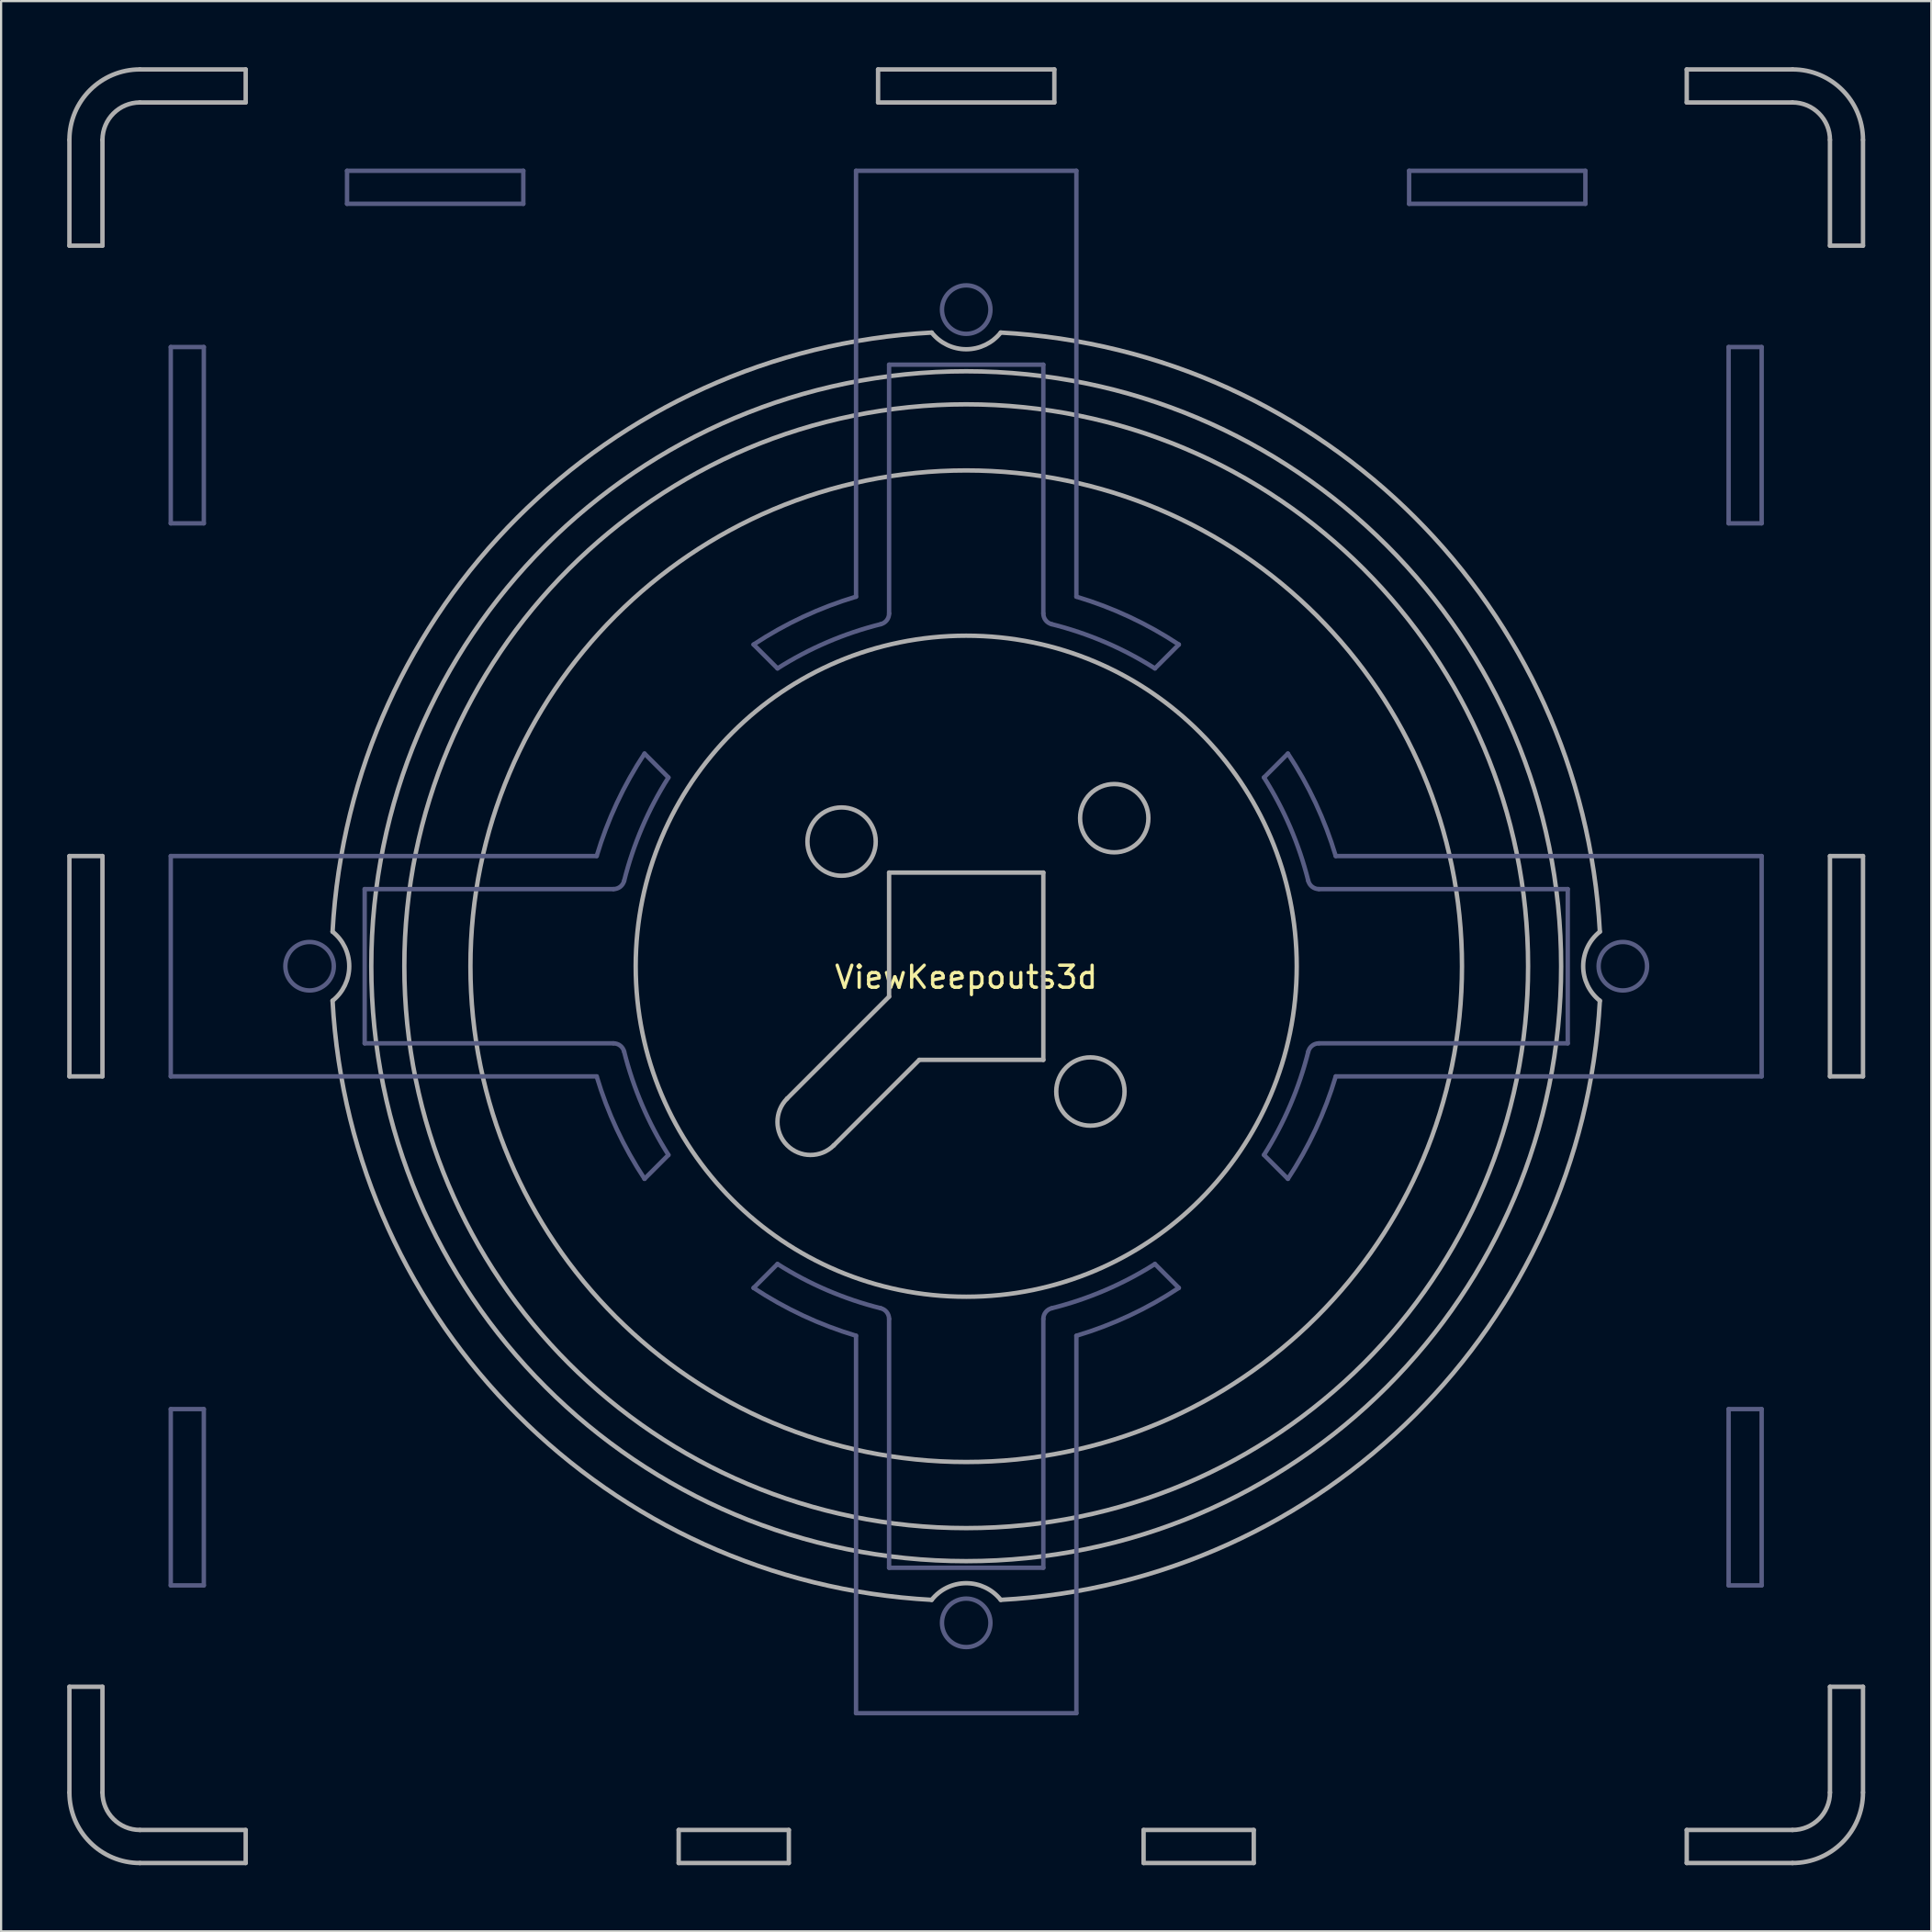
<source format=kicad_pcb>
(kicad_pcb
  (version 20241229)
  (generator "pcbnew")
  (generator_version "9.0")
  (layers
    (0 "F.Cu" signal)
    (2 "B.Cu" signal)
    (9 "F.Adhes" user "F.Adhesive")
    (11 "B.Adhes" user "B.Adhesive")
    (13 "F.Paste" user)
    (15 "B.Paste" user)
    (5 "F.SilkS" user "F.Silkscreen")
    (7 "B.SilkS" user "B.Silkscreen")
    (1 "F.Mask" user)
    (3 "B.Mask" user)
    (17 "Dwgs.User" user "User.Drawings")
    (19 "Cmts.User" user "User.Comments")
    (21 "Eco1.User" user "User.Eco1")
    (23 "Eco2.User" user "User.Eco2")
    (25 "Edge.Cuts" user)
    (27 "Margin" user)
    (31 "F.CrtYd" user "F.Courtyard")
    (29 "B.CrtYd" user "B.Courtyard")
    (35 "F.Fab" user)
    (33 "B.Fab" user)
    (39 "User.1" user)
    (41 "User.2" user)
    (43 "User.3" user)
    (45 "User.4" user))
  (footprint "ViewKeepouts3d"
    (layer "F.Cu")
    (at 40.8 40.8)
    (property "Reference" "ViewKeepouts3d" (at 0 0.5 0) (layer "F.SilkS") (effects (font (size 1 1) (thickness 0.15))))
    (attr exclude_from_pos_files exclude_from_bom)
    (fp_line (start -36.1 -28.1) (end -36.1 -20.1) (stroke (width 0.2) (type solid)) (layer "B.Fab"))
    (fp_line (start -36.1 -20.1) (end -34.6 -20.1) (stroke (width 0.2) (type solid)) (layer "B.Fab"))
    (fp_line (start -36.1 -5) (end -36.1 5) (stroke (width 0.2) (type solid)) (layer "B.Fab"))
    (fp_line (start -36.1 5) (end -16.771 5) (stroke (width 0.2) (type solid)) (layer "B.Fab"))
    (fp_line (start -36.1 20.1) (end -36.1 28.1) (stroke (width 0.2) (type solid)) (layer "B.Fab"))
    (fp_line (start -36.1 28.1) (end -34.6 28.1) (stroke (width 0.2) (type solid)) (layer "B.Fab"))
    (fp_line (start -34.6 -28.1) (end -36.1 -28.1) (stroke (width 0.2) (type solid)) (layer "B.Fab"))
    (fp_line (start -34.6 -20.1) (end -34.6 -28.1) (stroke (width 0.2) (type solid)) (layer "B.Fab"))
    (fp_line (start -34.6 20.1) (end -36.1 20.1) (stroke (width 0.2) (type solid)) (layer "B.Fab"))
    (fp_line (start -34.6 28.1) (end -34.6 20.1) (stroke (width 0.2) (type solid)) (layer "B.Fab"))
    (fp_line (start -28.1 -36.1) (end -28.1 -34.6) (stroke (width 0.2) (type solid)) (layer "B.Fab"))
    (fp_line (start -28.1 -34.6) (end -20.1 -34.6) (stroke (width 0.2) (type solid)) (layer "B.Fab"))
    (fp_line (start -27.3 -3.5) (end -16.008 -3.5) (stroke (width 0.2) (type solid)) (layer "B.Fab"))
    (fp_line (start -27.3 3.5) (end -27.3 -3.5) (stroke (width 0.2) (type solid)) (layer "B.Fab"))
    (fp_line (start -20.1 -36.1) (end -28.1 -36.1) (stroke (width 0.2) (type solid)) (layer "B.Fab"))
    (fp_line (start -20.1 -34.6) (end -20.1 -36.1) (stroke (width 0.2) (type solid)) (layer "B.Fab"))
    (fp_line (start -16.771 -5) (end -36.1 -5) (stroke (width 0.2) (type solid)) (layer "B.Fab"))
    (fp_line (start -16.008 3.5) (end -27.3 3.5) (stroke (width 0.2) (type solid)) (layer "B.Fab"))
    (fp_line (start -14.599 9.649) (end -13.515 8.565) (stroke (width 0.2) (type solid)) (layer "B.Fab"))
    (fp_line (start -13.515 -8.565) (end -14.599 -9.649) (stroke (width 0.2) (type solid)) (layer "B.Fab"))
    (fp_line (start -9.649 -14.599) (end -8.565 -13.515) (stroke (width 0.2) (type solid)) (layer "B.Fab"))
    (fp_line (start -8.565 13.515) (end -9.649 14.599) (stroke (width 0.2) (type solid)) (layer "B.Fab"))
    (fp_line (start -5 -36.1) (end -5 -16.771) (stroke (width 0.2) (type solid)) (layer "B.Fab"))
    (fp_line (start -5 16.771) (end -5 33.9) (stroke (width 0.2) (type solid)) (layer "B.Fab"))
    (fp_line (start -5 33.9) (end 5 33.9) (stroke (width 0.2) (type solid)) (layer "B.Fab"))
    (fp_line (start -3.5 -27.3) (end 3.5 -27.3) (stroke (width 0.2) (type solid)) (layer "B.Fab"))
    (fp_line (start -3.5 -16.008) (end -3.5 -27.3) (stroke (width 0.2) (type solid)) (layer "B.Fab"))
    (fp_line (start -3.5 27.3) (end -3.5 16.008) (stroke (width 0.2) (type solid)) (layer "B.Fab"))
    (fp_line (start 3.5 -27.3) (end 3.5 -16.008) (stroke (width 0.2) (type solid)) (layer "B.Fab"))
    (fp_line (start 3.5 16.008) (end 3.5 27.3) (stroke (width 0.2) (type solid)) (layer "B.Fab"))
    (fp_line (start 3.5 27.3) (end -3.5 27.3) (stroke (width 0.2) (type solid)) (layer "B.Fab"))
    (fp_line (start 5 -36.1) (end -5 -36.1) (stroke (width 0.2) (type solid)) (layer "B.Fab"))
    (fp_line (start 5 -16.771) (end 5 -36.1) (stroke (width 0.2) (type solid)) (layer "B.Fab"))
    (fp_line (start 5 33.9) (end 5 16.771) (stroke (width 0.2) (type solid)) (layer "B.Fab"))
    (fp_line (start 8.565 -13.515) (end 9.649 -14.599) (stroke (width 0.2) (type solid)) (layer "B.Fab"))
    (fp_line (start 9.649 14.599) (end 8.565 13.515) (stroke (width 0.2) (type solid)) (layer "B.Fab"))
    (fp_line (start 13.515 8.565) (end 14.599 9.649) (stroke (width 0.2) (type solid)) (layer "B.Fab"))
    (fp_line (start 14.599 -9.649) (end 13.515 -8.565) (stroke (width 0.2) (type solid)) (layer "B.Fab"))
    (fp_line (start 16.008 -3.5) (end 27.3 -3.5) (stroke (width 0.2) (type solid)) (layer "B.Fab"))
    (fp_line (start 16.771 5) (end 36.1 5) (stroke (width 0.2) (type solid)) (layer "B.Fab"))
    (fp_line (start 20.1 -36.1) (end 20.1 -34.6) (stroke (width 0.2) (type solid)) (layer "B.Fab"))
    (fp_line (start 20.1 -34.6) (end 28.1 -34.6) (stroke (width 0.2) (type solid)) (layer "B.Fab"))
    (fp_line (start 27.3 -3.5) (end 27.3 3.5) (stroke (width 0.2) (type solid)) (layer "B.Fab"))
    (fp_line (start 27.3 3.5) (end 16.008 3.5) (stroke (width 0.2) (type solid)) (layer "B.Fab"))
    (fp_line (start 28.1 -36.1) (end 20.1 -36.1) (stroke (width 0.2) (type solid)) (layer "B.Fab"))
    (fp_line (start 28.1 -34.6) (end 28.1 -36.1) (stroke (width 0.2) (type solid)) (layer "B.Fab"))
    (fp_line (start 34.6 -28.1) (end 34.6 -20.1) (stroke (width 0.2) (type solid)) (layer "B.Fab"))
    (fp_line (start 34.6 -20.1) (end 36.1 -20.1) (stroke (width 0.2) (type solid)) (layer "B.Fab"))
    (fp_line (start 34.6 20.1) (end 34.6 28.1) (stroke (width 0.2) (type solid)) (layer "B.Fab"))
    (fp_line (start 34.6 28.1) (end 36.1 28.1) (stroke (width 0.2) (type solid)) (layer "B.Fab"))
    (fp_line (start 36.1 -28.1) (end 34.6 -28.1) (stroke (width 0.2) (type solid)) (layer "B.Fab"))
    (fp_line (start 36.1 -20.1) (end 36.1 -28.1) (stroke (width 0.2) (type solid)) (layer "B.Fab"))
    (fp_line (start 36.1 -5) (end 16.771 -5) (stroke (width 0.2) (type solid)) (layer "B.Fab"))
    (fp_line (start 36.1 5) (end 36.1 -5) (stroke (width 0.2) (type solid)) (layer "B.Fab"))
    (fp_line (start 36.1 20.1) (end 34.6 20.1) (stroke (width 0.2) (type solid)) (layer "B.Fab"))
    (fp_line (start 36.1 28.1) (end 36.1 20.1) (stroke (width 0.2) (type solid)) (layer "B.Fab"))
    (fp_arc (start -16.770509 -4.999999) (mid -15.856214 -7.404757) (end -14.599229 -9.649481) (stroke (width 0.2) (type solid)) (layer "B.Fab"))
    (fp_arc (start -16.00781 3.499999) (mid -15.700081 3.605914) (end -15.522725 3.878787) (stroke (width 0.2) (type solid)) (layer "B.Fab"))
    (fp_arc (start -15.522725 -3.878788) (mid -14.706493 -6.302306) (end -13.514574 -8.564827) (stroke (width 0.2) (type solid)) (layer "B.Fab"))
    (fp_arc (start -15.522725 -3.878787) (mid -15.700081 -3.605914) (end -16.00781 -3.499999) (stroke (width 0.2) (type solid)) (layer "B.Fab"))
    (fp_arc (start -14.599229 9.649481) (mid -15.856215 7.404757) (end -16.770509 4.999999) (stroke (width 0.2) (type solid)) (layer "B.Fab"))
    (fp_arc (start -13.514575 8.564826) (mid -14.706493 6.302305) (end -15.522725 3.878787) (stroke (width 0.2) (type solid)) (layer "B.Fab"))
    (fp_arc (start -9.649481 -14.599229) (mid -7.404757 -15.856215) (end -4.999999 -16.770509) (stroke (width 0.2) (type solid)) (layer "B.Fab"))
    (fp_arc (start -8.564826 -13.514575) (mid -6.302305 -14.706493) (end -3.878787 -15.522725) (stroke (width 0.2) (type solid)) (layer "B.Fab"))
    (fp_arc (start -4.999999 16.770509) (mid -7.404757 15.856214) (end -9.649481 14.599229) (stroke (width 0.2) (type solid)) (layer "B.Fab"))
    (fp_arc (start -3.878788 15.522725) (mid -6.302306 14.706493) (end -8.564827 13.514574) (stroke (width 0.2) (type solid)) (layer "B.Fab"))
    (fp_arc (start -3.878787 15.522725) (mid -3.605914 15.700081) (end -3.499999 16.00781) (stroke (width 0.2) (type solid)) (layer "B.Fab"))
    (fp_arc (start -3.5 -16.007811) (mid -3.605914 -15.700082) (end -3.878787 -15.522725) (stroke (width 0.2) (type solid)) (layer "B.Fab"))
    (fp_arc (start 3.499999 16.00781) (mid 3.605914 15.700081) (end 3.878787 15.522725) (stroke (width 0.2) (type solid)) (layer "B.Fab"))
    (fp_arc (start 3.878787 -15.522725) (mid 3.605914 -15.700081) (end 3.499999 -16.00781) (stroke (width 0.2) (type solid)) (layer "B.Fab"))
    (fp_arc (start 3.878788 -15.522725) (mid 6.302306 -14.706493) (end 8.564827 -13.514574) (stroke (width 0.2) (type solid)) (layer "B.Fab"))
    (fp_arc (start 4.999999 -16.770509) (mid 7.404757 -15.856214) (end 9.649481 -14.599229) (stroke (width 0.2) (type solid)) (layer "B.Fab"))
    (fp_arc (start 8.564826 13.514575) (mid 6.302305 14.706493) (end 3.878787 15.522725) (stroke (width 0.2) (type solid)) (layer "B.Fab"))
    (fp_arc (start 9.649481 14.599229) (mid 7.404757 15.856215) (end 4.999999 16.770509) (stroke (width 0.2) (type solid)) (layer "B.Fab"))
    (fp_arc (start 13.514575 -8.564826) (mid 14.706493 -6.302305) (end 15.522725 -3.878787) (stroke (width 0.2) (type solid)) (layer "B.Fab"))
    (fp_arc (start 14.599229 -9.649481) (mid 15.856215 -7.404757) (end 16.770509 -4.999999) (stroke (width 0.2) (type solid)) (layer "B.Fab"))
    (fp_arc (start 15.522725 3.878787) (mid 15.700081 3.605914) (end 16.00781 3.499999) (stroke (width 0.2) (type solid)) (layer "B.Fab"))
    (fp_arc (start 15.522725 3.878788) (mid 14.706493 6.302306) (end 13.514574 8.564827) (stroke (width 0.2) (type solid)) (layer "B.Fab"))
    (fp_arc (start 16.007811 -3.5) (mid 15.700082 -3.605914) (end 15.522725 -3.878787) (stroke (width 0.2) (type solid)) (layer "B.Fab"))
    (fp_arc (start 16.770509 4.999999) (mid 15.856214 7.404757) (end 14.599229 9.649481) (stroke (width 0.2) (type solid)) (layer "B.Fab"))
    (fp_circle (center -29.8 0) (end -28.7 0) (stroke (width 0.2) (type solid)) (fill no) (layer "B.Fab"))
    (fp_circle (center 0 -29.8) (end 1.1 -29.8) (stroke (width 0.2) (type solid)) (fill no) (layer "B.Fab"))
    (fp_circle (center 0 29.8) (end 1.1 29.8) (stroke (width 0.2) (type solid)) (fill no) (layer "B.Fab"))
    (fp_circle (center 29.8 0) (end 30.9 0) (stroke (width 0.2) (type solid)) (fill no) (layer "B.Fab"))
    (fp_line (start -40.7 -37.5) (end -40.7 -32.7) (stroke (width 0.2) (type solid)) (layer "F.Fab"))
    (fp_line (start -40.7 -32.7) (end -39.2 -32.7) (stroke (width 0.2) (type solid)) (layer "F.Fab"))
    (fp_line (start -40.7 -5) (end -40.7 5) (stroke (width 0.2) (type solid)) (layer "F.Fab"))
    (fp_line (start -40.7 5) (end -39.2 5) (stroke (width 0.2) (type solid)) (layer "F.Fab"))
    (fp_line (start -40.7 32.7) (end -40.7 37.5) (stroke (width 0.2) (type solid)) (layer "F.Fab"))
    (fp_line (start -39.2 -32.7) (end -39.2 -37.5) (stroke (width 0.2) (type solid)) (layer "F.Fab"))
    (fp_line (start -39.2 -5) (end -40.7 -5) (stroke (width 0.2) (type solid)) (layer "F.Fab"))
    (fp_line (start -39.2 5) (end -39.2 -5) (stroke (width 0.2) (type solid)) (layer "F.Fab"))
    (fp_line (start -39.2 32.7) (end -40.7 32.7) (stroke (width 0.2) (type solid)) (layer "F.Fab"))
    (fp_line (start -39.2 37.5) (end -39.2 32.7) (stroke (width 0.2) (type solid)) (layer "F.Fab"))
    (fp_line (start -37.5 -39.2) (end -32.7 -39.2) (stroke (width 0.2) (type solid)) (layer "F.Fab"))
    (fp_line (start -37.5 40.7) (end -32.7 40.7) (stroke (width 0.2) (type solid)) (layer "F.Fab"))
    (fp_line (start -32.7 -40.7) (end -37.5 -40.7) (stroke (width 0.2) (type solid)) (layer "F.Fab"))
    (fp_line (start -32.7 -39.2) (end -32.7 -40.7) (stroke (width 0.2) (type solid)) (layer "F.Fab"))
    (fp_line (start -32.7 39.2) (end -37.5 39.2) (stroke (width 0.2) (type solid)) (layer "F.Fab"))
    (fp_line (start -32.7 40.7) (end -32.7 39.2) (stroke (width 0.2) (type solid)) (layer "F.Fab"))
    (fp_line (start -13.05 39.2) (end -13.05 40.7) (stroke (width 0.2) (type solid)) (layer "F.Fab"))
    (fp_line (start -13.05 40.7) (end -8.05 40.7) (stroke (width 0.2) (type solid)) (layer "F.Fab"))
    (fp_line (start -8.132 6.01) (end -3.5 1.379) (stroke (width 0.2) (type solid)) (layer "F.Fab"))
    (fp_line (start -8.05 39.2) (end -13.05 39.2) (stroke (width 0.2) (type solid)) (layer "F.Fab"))
    (fp_line (start -8.05 40.7) (end -8.05 39.2) (stroke (width 0.2) (type solid)) (layer "F.Fab"))
    (fp_line (start -4 -40.7) (end -4 -39.2) (stroke (width 0.2) (type solid)) (layer "F.Fab"))
    (fp_line (start -4 -39.2) (end 4 -39.2) (stroke (width 0.2) (type solid)) (layer "F.Fab"))
    (fp_line (start -3.5 -4.25) (end 3.5 -4.25) (stroke (width 0.2) (type solid)) (layer "F.Fab"))
    (fp_line (start -3.5 1.379) (end -3.5 -4.25) (stroke (width 0.2) (type solid)) (layer "F.Fab"))
    (fp_line (start -2.129 4.25) (end -6.01 8.132) (stroke (width 0.2) (type solid)) (layer "F.Fab"))
    (fp_line (start 3.5 -4.25) (end 3.5 4.25) (stroke (width 0.2) (type solid)) (layer "F.Fab"))
    (fp_line (start 3.5 4.25) (end -2.129 4.25) (stroke (width 0.2) (type solid)) (layer "F.Fab"))
    (fp_line (start 4 -40.7) (end -4 -40.7) (stroke (width 0.2) (type solid)) (layer "F.Fab"))
    (fp_line (start 4 -39.2) (end 4 -40.7) (stroke (width 0.2) (type solid)) (layer "F.Fab"))
    (fp_line (start 8.05 39.2) (end 8.05 40.7) (stroke (width 0.2) (type solid)) (layer "F.Fab"))
    (fp_line (start 8.05 40.7) (end 13.05 40.7) (stroke (width 0.2) (type solid)) (layer "F.Fab"))
    (fp_line (start 13.05 39.2) (end 8.05 39.2) (stroke (width 0.2) (type solid)) (layer "F.Fab"))
    (fp_line (start 13.05 40.7) (end 13.05 39.2) (stroke (width 0.2) (type solid)) (layer "F.Fab"))
    (fp_line (start 32.7 -40.7) (end 32.7 -39.2) (stroke (width 0.2) (type solid)) (layer "F.Fab"))
    (fp_line (start 32.7 -39.2) (end 37.5 -39.2) (stroke (width 0.2) (type solid)) (layer "F.Fab"))
    (fp_line (start 32.7 39.2) (end 32.7 40.7) (stroke (width 0.2) (type solid)) (layer "F.Fab"))
    (fp_line (start 32.7 40.7) (end 37.5 40.7) (stroke (width 0.2) (type solid)) (layer "F.Fab"))
    (fp_line (start 37.5 -40.7) (end 32.7 -40.7) (stroke (width 0.2) (type solid)) (layer "F.Fab"))
    (fp_line (start 37.5 39.2) (end 32.7 39.2) (stroke (width 0.2) (type solid)) (layer "F.Fab"))
    (fp_line (start 39.2 -37.5) (end 39.2 -32.7) (stroke (width 0.2) (type solid)) (layer "F.Fab"))
    (fp_line (start 39.2 -32.7) (end 40.7 -32.7) (stroke (width 0.2) (type solid)) (layer "F.Fab"))
    (fp_line (start 39.2 -5) (end 39.2 5) (stroke (width 0.2) (type solid)) (layer "F.Fab"))
    (fp_line (start 39.2 5) (end 40.7 5) (stroke (width 0.2) (type solid)) (layer "F.Fab"))
    (fp_line (start 39.2 32.7) (end 39.2 37.5) (stroke (width 0.2) (type solid)) (layer "F.Fab"))
    (fp_line (start 40.7 -32.7) (end 40.7 -37.5) (stroke (width 0.2) (type solid)) (layer "F.Fab"))
    (fp_line (start 40.7 -5) (end 39.2 -5) (stroke (width 0.2) (type solid)) (layer "F.Fab"))
    (fp_line (start 40.7 5) (end 40.7 -5) (stroke (width 0.2) (type solid)) (layer "F.Fab"))
    (fp_line (start 40.7 32.7) (end 39.2 32.7) (stroke (width 0.2) (type solid)) (layer "F.Fab"))
    (fp_line (start 40.7 37.5) (end 40.7 32.7) (stroke (width 0.2) (type solid)) (layer "F.Fab"))
    (fp_arc (start -40.7 -37.499999) (mid -39.762741 -39.762741) (end -37.499999 -40.7) (stroke (width 0.2) (type solid)) (layer "F.Fab"))
    (fp_arc (start -39.199999 -37.499999) (mid -38.702081 -38.702081) (end -37.499999 -39.199999) (stroke (width 0.2) (type solid)) (layer "F.Fab"))
    (fp_arc (start -37.499999 39.199999) (mid -38.702081 38.702081) (end -39.199999 37.499999) (stroke (width 0.2) (type solid)) (layer "F.Fab"))
    (fp_arc (start -37.499999 40.699999) (mid -39.762741 39.762741) (end -40.699999 37.499999) (stroke (width 0.2) (type solid)) (layer "F.Fab"))
    (fp_arc (start -28.757334 -1.567093) (mid -28 -0.000001) (end -28.757333 1.567092) (stroke (width 0.2) (type solid)) (layer "F.Fab"))
    (fp_arc (start -28.757333 -1.567093) (mid -20.364675 -20.364675) (end -1.567092 -28.757333) (stroke (width 0.2) (type solid)) (layer "F.Fab"))
    (fp_arc (start -6.010407 8.131727) (mid -8.131727 8.131727) (end -8.131727 6.010407) (stroke (width 0.2) (type solid)) (layer "F.Fab"))
    (fp_arc (start -1.567093 28.757333) (mid -20.364675 20.364675) (end -28.757333 1.567092) (stroke (width 0.2) (type solid)) (layer "F.Fab"))
    (fp_arc (start -1.567093 28.757334) (mid -0.000001 28) (end 1.567092 28.757333) (stroke (width 0.2) (type solid)) (layer "F.Fab"))
    (fp_arc (start 1.567093 -28.757334) (mid 0.000001 -28) (end -1.567092 -28.757333) (stroke (width 0.2) (type solid)) (layer "F.Fab"))
    (fp_arc (start 1.567093 -28.757333) (mid 20.364675 -20.364675) (end 28.757333 -1.567092) (stroke (width 0.2) (type solid)) (layer "F.Fab"))
    (fp_arc (start 28.757333 1.567093) (mid 20.364675 20.364675) (end 1.567092 28.757333) (stroke (width 0.2) (type solid)) (layer "F.Fab"))
    (fp_arc (start 28.757334 1.567093) (mid 28 0.000001) (end 28.757333 -1.567092) (stroke (width 0.2) (type solid)) (layer "F.Fab"))
    (fp_arc (start 37.499999 -39.199999) (mid 38.702081 -38.702081) (end 39.199999 -37.499999) (stroke (width 0.2) (type solid)) (layer "F.Fab"))
    (fp_arc (start 37.5 -40.699999) (mid 39.762742 -39.762741) (end 40.7 -37.499999) (stroke (width 0.2) (type solid)) (layer "F.Fab"))
    (fp_arc (start 39.199999 37.499999) (mid 38.702081 38.702081) (end 37.499999 39.199999) (stroke (width 0.2) (type solid)) (layer "F.Fab"))
    (fp_arc (start 40.699999 37.499999) (mid 39.762741 39.762741) (end 37.499999 40.699999) (stroke (width 0.2) (type solid)) (layer "F.Fab"))
    (fp_circle (center -5.656 -5.656) (end -4.106 -5.656) (stroke (width 0.2) (type solid)) (fill no) (layer "F.Fab"))
    (fp_circle (center 0 0) (end 15 0) (stroke (width 0.2) (type solid)) (fill no) (layer "F.Fab"))
    (fp_circle (center 0 0) (end 22.5 0) (stroke (width 0.2) (type solid)) (fill no) (layer "F.Fab"))
    (fp_circle (center 0 0) (end 25.5 0) (stroke (width 0.2) (type solid)) (fill no) (layer "F.Fab"))
    (fp_circle (center 0 0) (end 27 0) (stroke (width 0.2) (type solid)) (fill no) (layer "F.Fab"))
    (fp_circle (center 5.636 5.686) (end 7.186 5.686) (stroke (width 0.2) (type solid)) (fill no) (layer "F.Fab"))
    (fp_circle (center 6.718 -6.718) (end 8.268 -6.718) (stroke (width 0.2) (type solid)) (fill no) (layer "F.Fab")))
  (gr_rect
    (start -3 -3)
    (end 84.6 84.6)
    (stroke (width 0.1) (type default))
    (fill no)
    (layer "Edge.Cuts")))
</source>
